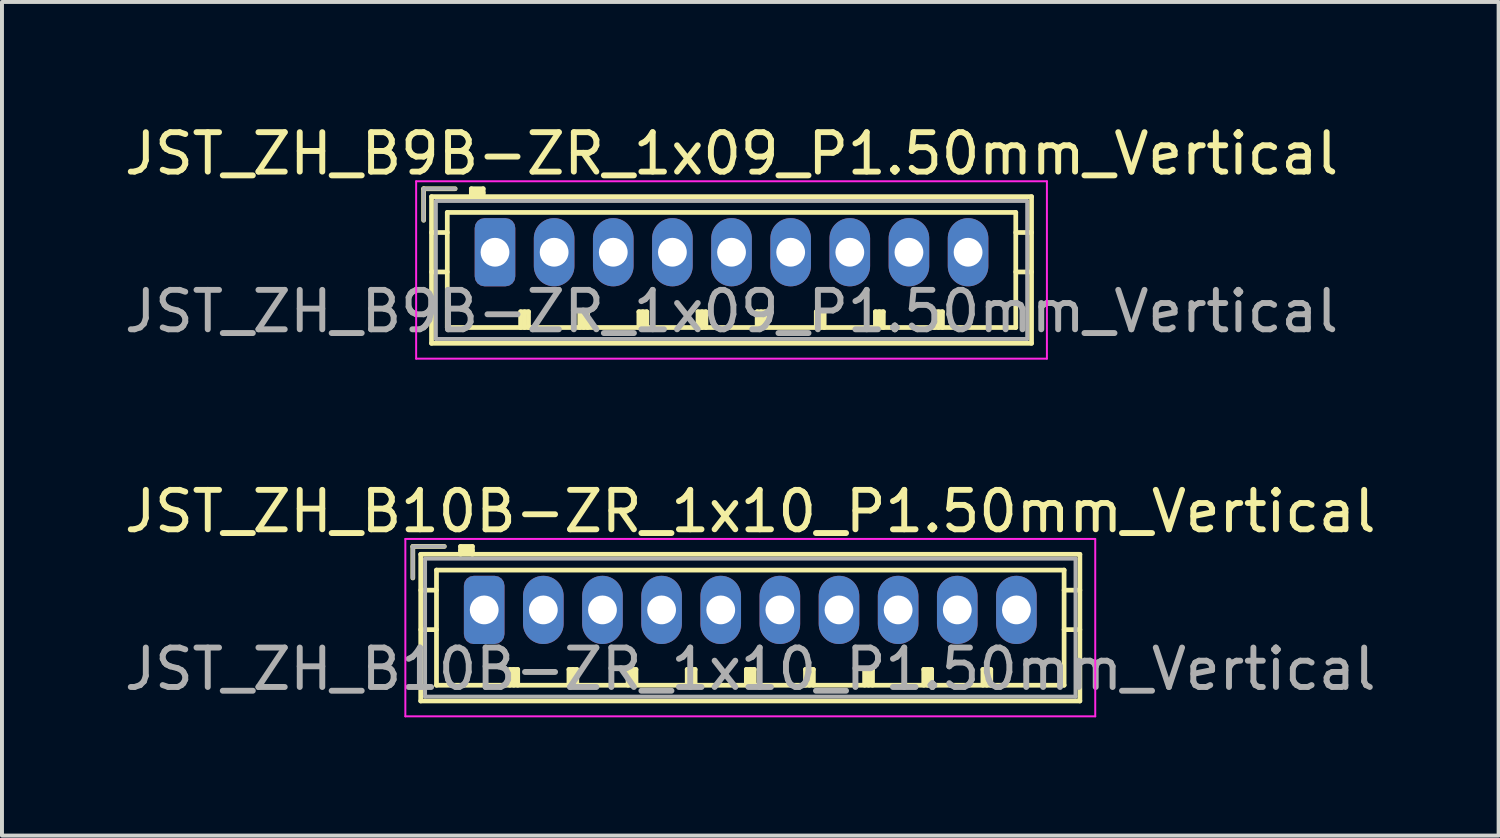
<source format=kicad_pcb>
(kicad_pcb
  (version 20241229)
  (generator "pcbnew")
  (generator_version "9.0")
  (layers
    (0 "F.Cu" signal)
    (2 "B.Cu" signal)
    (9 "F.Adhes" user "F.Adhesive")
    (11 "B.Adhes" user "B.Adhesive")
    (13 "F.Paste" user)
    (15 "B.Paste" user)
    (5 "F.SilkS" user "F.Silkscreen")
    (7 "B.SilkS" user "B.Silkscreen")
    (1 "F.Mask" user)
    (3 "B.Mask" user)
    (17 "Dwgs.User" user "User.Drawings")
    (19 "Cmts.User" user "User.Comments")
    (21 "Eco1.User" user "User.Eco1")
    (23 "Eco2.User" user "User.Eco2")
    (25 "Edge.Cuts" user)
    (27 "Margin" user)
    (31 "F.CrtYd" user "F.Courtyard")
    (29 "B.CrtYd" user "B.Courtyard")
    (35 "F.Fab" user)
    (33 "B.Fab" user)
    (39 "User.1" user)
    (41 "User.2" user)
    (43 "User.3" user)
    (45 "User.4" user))
  (footprint "JST_ZH_B9B-ZR_1x09_P1.50mm_Vertical"
    (layer "F.Cu")
    (at 9.506 3.348)
    (property "Reference" "JST_ZH_B9B-ZR_1x09_P1.50mm_Vertical" (at 6 -2.5 0) (layer "F.SilkS") (effects (font (size 1 1) (thickness 0.15))))
    (attr through_hole)
    (fp_line (start -1.81 -1.61) (end -1.81 -0.81) (stroke (width 0.12) (type solid)) (layer "F.SilkS"))
    (fp_line (start -1.61 -1.41) (end -1.61 2.31) (stroke (width 0.12) (type solid)) (layer "F.SilkS"))
    (fp_line (start -1.61 -0.5) (end -1.21 -0.5) (stroke (width 0.12) (type solid)) (layer "F.SilkS"))
    (fp_line (start -1.61 0.5) (end -1.21 0.5) (stroke (width 0.12) (type solid)) (layer "F.SilkS"))
    (fp_line (start -1.61 2.31) (end 13.61 2.31) (stroke (width 0.12) (type solid)) (layer "F.SilkS"))
    (fp_line (start -1.21 -1.01) (end -1.21 1.91) (stroke (width 0.12) (type solid)) (layer "F.SilkS"))
    (fp_line (start -1.21 1.91) (end 13.21 1.91) (stroke (width 0.12) (type solid)) (layer "F.SilkS"))
    (fp_line (start -1.01 -1.61) (end -1.81 -1.61) (stroke (width 0.12) (type solid)) (layer "F.SilkS"))
    (fp_line (start -0.6 -1.61) (end -0.6 -1.41) (stroke (width 0.12) (type solid)) (layer "F.SilkS"))
    (fp_line (start -0.3 -1.61) (end -0.6 -1.61) (stroke (width 0.12) (type solid)) (layer "F.SilkS"))
    (fp_line (start -0.3 -1.51) (end -0.6 -1.51) (stroke (width 0.12) (type solid)) (layer "F.SilkS"))
    (fp_line (start -0.3 -1.41) (end -0.3 -1.61) (stroke (width 0.12) (type solid)) (layer "F.SilkS"))
    (fp_line (start 0.65 1.51) (end 0.85 1.51) (stroke (width 0.12) (type solid)) (layer "F.SilkS"))
    (fp_line (start 0.65 1.91) (end 0.65 1.51) (stroke (width 0.12) (type solid)) (layer "F.SilkS"))
    (fp_line (start 0.75 1.91) (end 0.75 1.51) (stroke (width 0.12) (type solid)) (layer "F.SilkS"))
    (fp_line (start 0.85 1.51) (end 0.85 1.91) (stroke (width 0.12) (type solid)) (layer "F.SilkS"))
    (fp_line (start 2.15 1.51) (end 2.35 1.51) (stroke (width 0.12) (type solid)) (layer "F.SilkS"))
    (fp_line (start 2.15 1.91) (end 2.15 1.51) (stroke (width 0.12) (type solid)) (layer "F.SilkS"))
    (fp_line (start 2.25 1.91) (end 2.25 1.51) (stroke (width 0.12) (type solid)) (layer "F.SilkS"))
    (fp_line (start 2.35 1.51) (end 2.35 1.91) (stroke (width 0.12) (type solid)) (layer "F.SilkS"))
    (fp_line (start 3.65 1.51) (end 3.85 1.51) (stroke (width 0.12) (type solid)) (layer "F.SilkS"))
    (fp_line (start 3.65 1.91) (end 3.65 1.51) (stroke (width 0.12) (type solid)) (layer "F.SilkS"))
    (fp_line (start 3.75 1.91) (end 3.75 1.51) (stroke (width 0.12) (type solid)) (layer "F.SilkS"))
    (fp_line (start 3.85 1.51) (end 3.85 1.91) (stroke (width 0.12) (type solid)) (layer "F.SilkS"))
    (fp_line (start 5.15 1.51) (end 5.35 1.51) (stroke (width 0.12) (type solid)) (layer "F.SilkS"))
    (fp_line (start 5.15 1.91) (end 5.15 1.51) (stroke (width 0.12) (type solid)) (layer "F.SilkS"))
    (fp_line (start 5.25 1.91) (end 5.25 1.51) (stroke (width 0.12) (type solid)) (layer "F.SilkS"))
    (fp_line (start 5.35 1.51) (end 5.35 1.91) (stroke (width 0.12) (type solid)) (layer "F.SilkS"))
    (fp_line (start 6.65 1.51) (end 6.85 1.51) (stroke (width 0.12) (type solid)) (layer "F.SilkS"))
    (fp_line (start 6.65 1.91) (end 6.65 1.51) (stroke (width 0.12) (type solid)) (layer "F.SilkS"))
    (fp_line (start 6.75 1.91) (end 6.75 1.51) (stroke (width 0.12) (type solid)) (layer "F.SilkS"))
    (fp_line (start 6.85 1.51) (end 6.85 1.91) (stroke (width 0.12) (type solid)) (layer "F.SilkS"))
    (fp_line (start 8.15 1.51) (end 8.35 1.51) (stroke (width 0.12) (type solid)) (layer "F.SilkS"))
    (fp_line (start 8.15 1.91) (end 8.15 1.51) (stroke (width 0.12) (type solid)) (layer "F.SilkS"))
    (fp_line (start 8.25 1.91) (end 8.25 1.51) (stroke (width 0.12) (type solid)) (layer "F.SilkS"))
    (fp_line (start 8.35 1.51) (end 8.35 1.91) (stroke (width 0.12) (type solid)) (layer "F.SilkS"))
    (fp_line (start 9.65 1.51) (end 9.85 1.51) (stroke (width 0.12) (type solid)) (layer "F.SilkS"))
    (fp_line (start 9.65 1.91) (end 9.65 1.51) (stroke (width 0.12) (type solid)) (layer "F.SilkS"))
    (fp_line (start 9.75 1.91) (end 9.75 1.51) (stroke (width 0.12) (type solid)) (layer "F.SilkS"))
    (fp_line (start 9.85 1.51) (end 9.85 1.91) (stroke (width 0.12) (type solid)) (layer "F.SilkS"))
    (fp_line (start 11.15 1.51) (end 11.35 1.51) (stroke (width 0.12) (type solid)) (layer "F.SilkS"))
    (fp_line (start 11.15 1.91) (end 11.15 1.51) (stroke (width 0.12) (type solid)) (layer "F.SilkS"))
    (fp_line (start 11.25 1.91) (end 11.25 1.51) (stroke (width 0.12) (type solid)) (layer "F.SilkS"))
    (fp_line (start 11.35 1.51) (end 11.35 1.91) (stroke (width 0.12) (type solid)) (layer "F.SilkS"))
    (fp_line (start 13.21 -1.01) (end -1.21 -1.01) (stroke (width 0.12) (type solid)) (layer "F.SilkS"))
    (fp_line (start 13.21 1.91) (end 13.21 -1.01) (stroke (width 0.12) (type solid)) (layer "F.SilkS"))
    (fp_line (start 13.61 -1.41) (end -1.61 -1.41) (stroke (width 0.12) (type solid)) (layer "F.SilkS"))
    (fp_line (start 13.61 -0.5) (end 13.21 -0.5) (stroke (width 0.12) (type solid)) (layer "F.SilkS"))
    (fp_line (start 13.61 0.5) (end 13.21 0.5) (stroke (width 0.12) (type solid)) (layer "F.SilkS"))
    (fp_line (start 13.61 2.31) (end 13.61 -1.41) (stroke (width 0.12) (type solid)) (layer "F.SilkS"))
    (fp_line (start -2 -1.8) (end -2 2.7) (stroke (width 0.05) (type solid)) (layer "F.CrtYd"))
    (fp_line (start -2 2.7) (end 14 2.7) (stroke (width 0.05) (type solid)) (layer "F.CrtYd"))
    (fp_line (start 14 -1.8) (end -2 -1.8) (stroke (width 0.05) (type solid)) (layer "F.CrtYd"))
    (fp_line (start 14 2.7) (end 14 -1.8) (stroke (width 0.05) (type solid)) (layer "F.CrtYd"))
    (fp_line (start -1.81 -1.61) (end -1.81 -0.81) (stroke (width 0.1) (type solid)) (layer "F.Fab"))
    (fp_line (start -1.5 -1.3) (end -1.5 2.2) (stroke (width 0.1) (type solid)) (layer "F.Fab"))
    (fp_line (start -1.5 2.2) (end 13.5 2.2) (stroke (width 0.1) (type solid)) (layer "F.Fab"))
    (fp_line (start -1.01 -1.61) (end -1.81 -1.61) (stroke (width 0.1) (type solid)) (layer "F.Fab"))
    (fp_line (start 13.5 -1.3) (end -1.5 -1.3) (stroke (width 0.1) (type solid)) (layer "F.Fab"))
    (fp_line (start 13.5 2.2) (end 13.5 -1.3) (stroke (width 0.1) (type solid)) (layer "F.Fab"))
    (fp_text user "${REFERENCE}" (at 6 1.5 0) (layer "F.Fab") (effects (font (size 1 1) (thickness 0.15))))
    (pad "1" thru_hole roundrect (at 0 0) (size 1.03 1.73) (drill 0.73) (layers "*.Cu" "*.Mask") (roundrect_rratio 0.243))
    (pad "2" thru_hole oval (at 1.5 0) (size 1.03 1.73) (drill 0.73) (layers "*.Cu" "*.Mask"))
    (pad "3" thru_hole oval (at 3 0) (size 1.03 1.73) (drill 0.73) (layers "*.Cu" "*.Mask"))
    (pad "4" thru_hole oval (at 4.5 0) (size 1.03 1.73) (drill 0.73) (layers "*.Cu" "*.Mask"))
    (pad "5" thru_hole oval (at 6 0) (size 1.03 1.73) (drill 0.73) (layers "*.Cu" "*.Mask"))
    (pad "6" thru_hole oval (at 7.5 0) (size 1.03 1.73) (drill 0.73) (layers "*.Cu" "*.Mask"))
    (pad "7" thru_hole oval (at 9 0) (size 1.03 1.73) (drill 0.73) (layers "*.Cu" "*.Mask"))
    (pad "8" thru_hole oval (at 10.5 0) (size 1.03 1.73) (drill 0.73) (layers "*.Cu" "*.Mask"))
    (pad "9" thru_hole oval (at 12 0) (size 1.03 1.73) (drill 0.73) (layers "*.Cu" "*.Mask")))
  (footprint "JST_ZH_B10B-ZR_1x10_P1.50mm_Vertical"
    (layer "F.Cu")
    (at 9.232 12.421)
    (property "Reference" "JST_ZH_B10B-ZR_1x10_P1.50mm_Vertical" (at 6.75 -2.5 0) (layer "F.SilkS") (effects (font (size 1 1) (thickness 0.15))))
    (attr through_hole)
    (fp_line (start -1.81 -1.61) (end -1.81 -0.81) (stroke (width 0.12) (type solid)) (layer "F.SilkS"))
    (fp_line (start -1.61 -1.41) (end -1.61 2.31) (stroke (width 0.12) (type solid)) (layer "F.SilkS"))
    (fp_line (start -1.61 -0.5) (end -1.21 -0.5) (stroke (width 0.12) (type solid)) (layer "F.SilkS"))
    (fp_line (start -1.61 0.5) (end -1.21 0.5) (stroke (width 0.12) (type solid)) (layer "F.SilkS"))
    (fp_line (start -1.61 2.31) (end 15.11 2.31) (stroke (width 0.12) (type solid)) (layer "F.SilkS"))
    (fp_line (start -1.21 -1.01) (end -1.21 1.91) (stroke (width 0.12) (type solid)) (layer "F.SilkS"))
    (fp_line (start -1.21 1.91) (end 14.71 1.91) (stroke (width 0.12) (type solid)) (layer "F.SilkS"))
    (fp_line (start -1.01 -1.61) (end -1.81 -1.61) (stroke (width 0.12) (type solid)) (layer "F.SilkS"))
    (fp_line (start -0.6 -1.61) (end -0.6 -1.41) (stroke (width 0.12) (type solid)) (layer "F.SilkS"))
    (fp_line (start -0.3 -1.61) (end -0.6 -1.61) (stroke (width 0.12) (type solid)) (layer "F.SilkS"))
    (fp_line (start -0.3 -1.51) (end -0.6 -1.51) (stroke (width 0.12) (type solid)) (layer "F.SilkS"))
    (fp_line (start -0.3 -1.41) (end -0.3 -1.61) (stroke (width 0.12) (type solid)) (layer "F.SilkS"))
    (fp_line (start 0.65 1.51) (end 0.85 1.51) (stroke (width 0.12) (type solid)) (layer "F.SilkS"))
    (fp_line (start 0.65 1.91) (end 0.65 1.51) (stroke (width 0.12) (type solid)) (layer "F.SilkS"))
    (fp_line (start 0.75 1.91) (end 0.75 1.51) (stroke (width 0.12) (type solid)) (layer "F.SilkS"))
    (fp_line (start 0.85 1.51) (end 0.85 1.91) (stroke (width 0.12) (type solid)) (layer "F.SilkS"))
    (fp_line (start 2.15 1.51) (end 2.35 1.51) (stroke (width 0.12) (type solid)) (layer "F.SilkS"))
    (fp_line (start 2.15 1.91) (end 2.15 1.51) (stroke (width 0.12) (type solid)) (layer "F.SilkS"))
    (fp_line (start 2.25 1.91) (end 2.25 1.51) (stroke (width 0.12) (type solid)) (layer "F.SilkS"))
    (fp_line (start 2.35 1.51) (end 2.35 1.91) (stroke (width 0.12) (type solid)) (layer "F.SilkS"))
    (fp_line (start 3.65 1.51) (end 3.85 1.51) (stroke (width 0.12) (type solid)) (layer "F.SilkS"))
    (fp_line (start 3.65 1.91) (end 3.65 1.51) (stroke (width 0.12) (type solid)) (layer "F.SilkS"))
    (fp_line (start 3.75 1.91) (end 3.75 1.51) (stroke (width 0.12) (type solid)) (layer "F.SilkS"))
    (fp_line (start 3.85 1.51) (end 3.85 1.91) (stroke (width 0.12) (type solid)) (layer "F.SilkS"))
    (fp_line (start 5.15 1.51) (end 5.35 1.51) (stroke (width 0.12) (type solid)) (layer "F.SilkS"))
    (fp_line (start 5.15 1.91) (end 5.15 1.51) (stroke (width 0.12) (type solid)) (layer "F.SilkS"))
    (fp_line (start 5.25 1.91) (end 5.25 1.51) (stroke (width 0.12) (type solid)) (layer "F.SilkS"))
    (fp_line (start 5.35 1.51) (end 5.35 1.91) (stroke (width 0.12) (type solid)) (layer "F.SilkS"))
    (fp_line (start 6.65 1.51) (end 6.85 1.51) (stroke (width 0.12) (type solid)) (layer "F.SilkS"))
    (fp_line (start 6.65 1.91) (end 6.65 1.51) (stroke (width 0.12) (type solid)) (layer "F.SilkS"))
    (fp_line (start 6.75 1.91) (end 6.75 1.51) (stroke (width 0.12) (type solid)) (layer "F.SilkS"))
    (fp_line (start 6.85 1.51) (end 6.85 1.91) (stroke (width 0.12) (type solid)) (layer "F.SilkS"))
    (fp_line (start 8.15 1.51) (end 8.35 1.51) (stroke (width 0.12) (type solid)) (layer "F.SilkS"))
    (fp_line (start 8.15 1.91) (end 8.15 1.51) (stroke (width 0.12) (type solid)) (layer "F.SilkS"))
    (fp_line (start 8.25 1.91) (end 8.25 1.51) (stroke (width 0.12) (type solid)) (layer "F.SilkS"))
    (fp_line (start 8.35 1.51) (end 8.35 1.91) (stroke (width 0.12) (type solid)) (layer "F.SilkS"))
    (fp_line (start 9.65 1.51) (end 9.85 1.51) (stroke (width 0.12) (type solid)) (layer "F.SilkS"))
    (fp_line (start 9.65 1.91) (end 9.65 1.51) (stroke (width 0.12) (type solid)) (layer "F.SilkS"))
    (fp_line (start 9.75 1.91) (end 9.75 1.51) (stroke (width 0.12) (type solid)) (layer "F.SilkS"))
    (fp_line (start 9.85 1.51) (end 9.85 1.91) (stroke (width 0.12) (type solid)) (layer "F.SilkS"))
    (fp_line (start 11.15 1.51) (end 11.35 1.51) (stroke (width 0.12) (type solid)) (layer "F.SilkS"))
    (fp_line (start 11.15 1.91) (end 11.15 1.51) (stroke (width 0.12) (type solid)) (layer "F.SilkS"))
    (fp_line (start 11.25 1.91) (end 11.25 1.51) (stroke (width 0.12) (type solid)) (layer "F.SilkS"))
    (fp_line (start 11.35 1.51) (end 11.35 1.91) (stroke (width 0.12) (type solid)) (layer "F.SilkS"))
    (fp_line (start 12.65 1.51) (end 12.85 1.51) (stroke (width 0.12) (type solid)) (layer "F.SilkS"))
    (fp_line (start 12.65 1.91) (end 12.65 1.51) (stroke (width 0.12) (type solid)) (layer "F.SilkS"))
    (fp_line (start 12.75 1.91) (end 12.75 1.51) (stroke (width 0.12) (type solid)) (layer "F.SilkS"))
    (fp_line (start 12.85 1.51) (end 12.85 1.91) (stroke (width 0.12) (type solid)) (layer "F.SilkS"))
    (fp_line (start 14.71 -1.01) (end -1.21 -1.01) (stroke (width 0.12) (type solid)) (layer "F.SilkS"))
    (fp_line (start 14.71 1.91) (end 14.71 -1.01) (stroke (width 0.12) (type solid)) (layer "F.SilkS"))
    (fp_line (start 15.11 -1.41) (end -1.61 -1.41) (stroke (width 0.12) (type solid)) (layer "F.SilkS"))
    (fp_line (start 15.11 -0.5) (end 14.71 -0.5) (stroke (width 0.12) (type solid)) (layer "F.SilkS"))
    (fp_line (start 15.11 0.5) (end 14.71 0.5) (stroke (width 0.12) (type solid)) (layer "F.SilkS"))
    (fp_line (start 15.11 2.31) (end 15.11 -1.41) (stroke (width 0.12) (type solid)) (layer "F.SilkS"))
    (fp_line (start -2 -1.8) (end -2 2.7) (stroke (width 0.05) (type solid)) (layer "F.CrtYd"))
    (fp_line (start -2 2.7) (end 15.5 2.7) (stroke (width 0.05) (type solid)) (layer "F.CrtYd"))
    (fp_line (start 15.5 -1.8) (end -2 -1.8) (stroke (width 0.05) (type solid)) (layer "F.CrtYd"))
    (fp_line (start 15.5 2.7) (end 15.5 -1.8) (stroke (width 0.05) (type solid)) (layer "F.CrtYd"))
    (fp_line (start -1.81 -1.61) (end -1.81 -0.81) (stroke (width 0.1) (type solid)) (layer "F.Fab"))
    (fp_line (start -1.5 -1.3) (end -1.5 2.2) (stroke (width 0.1) (type solid)) (layer "F.Fab"))
    (fp_line (start -1.5 2.2) (end 15 2.2) (stroke (width 0.1) (type solid)) (layer "F.Fab"))
    (fp_line (start -1.01 -1.61) (end -1.81 -1.61) (stroke (width 0.1) (type solid)) (layer "F.Fab"))
    (fp_line (start 15 -1.3) (end -1.5 -1.3) (stroke (width 0.1) (type solid)) (layer "F.Fab"))
    (fp_line (start 15 2.2) (end 15 -1.3) (stroke (width 0.1) (type solid)) (layer "F.Fab"))
    (fp_text user "${REFERENCE}" (at 6.75 1.5 0) (layer "F.Fab") (effects (font (size 1 1) (thickness 0.15))))
    (pad "1" thru_hole roundrect (at 0 0) (size 1.03 1.73) (drill 0.73) (layers "*.Cu" "*.Mask") (roundrect_rratio 0.243))
    (pad "2" thru_hole oval (at 1.5 0) (size 1.03 1.73) (drill 0.73) (layers "*.Cu" "*.Mask"))
    (pad "3" thru_hole oval (at 3 0) (size 1.03 1.73) (drill 0.73) (layers "*.Cu" "*.Mask"))
    (pad "4" thru_hole oval (at 4.5 0) (size 1.03 1.73) (drill 0.73) (layers "*.Cu" "*.Mask"))
    (pad "5" thru_hole oval (at 6 0) (size 1.03 1.73) (drill 0.73) (layers "*.Cu" "*.Mask"))
    (pad "6" thru_hole oval (at 7.5 0) (size 1.03 1.73) (drill 0.73) (layers "*.Cu" "*.Mask"))
    (pad "7" thru_hole oval (at 9 0) (size 1.03 1.73) (drill 0.73) (layers "*.Cu" "*.Mask"))
    (pad "8" thru_hole oval (at 10.5 0) (size 1.03 1.73) (drill 0.73) (layers "*.Cu" "*.Mask"))
    (pad "9" thru_hole oval (at 12 0) (size 1.03 1.73) (drill 0.73) (layers "*.Cu" "*.Mask"))
    (pad "10" thru_hole oval (at 13.5 0) (size 1.03 1.73) (drill 0.73) (layers "*.Cu" "*.Mask")))
  (gr_rect
    (start -3 -3)
    (end 34.964 18.146)
    (stroke (width 0.1) (type default))
    (fill no)
    (layer "Edge.Cuts")))
</source>
